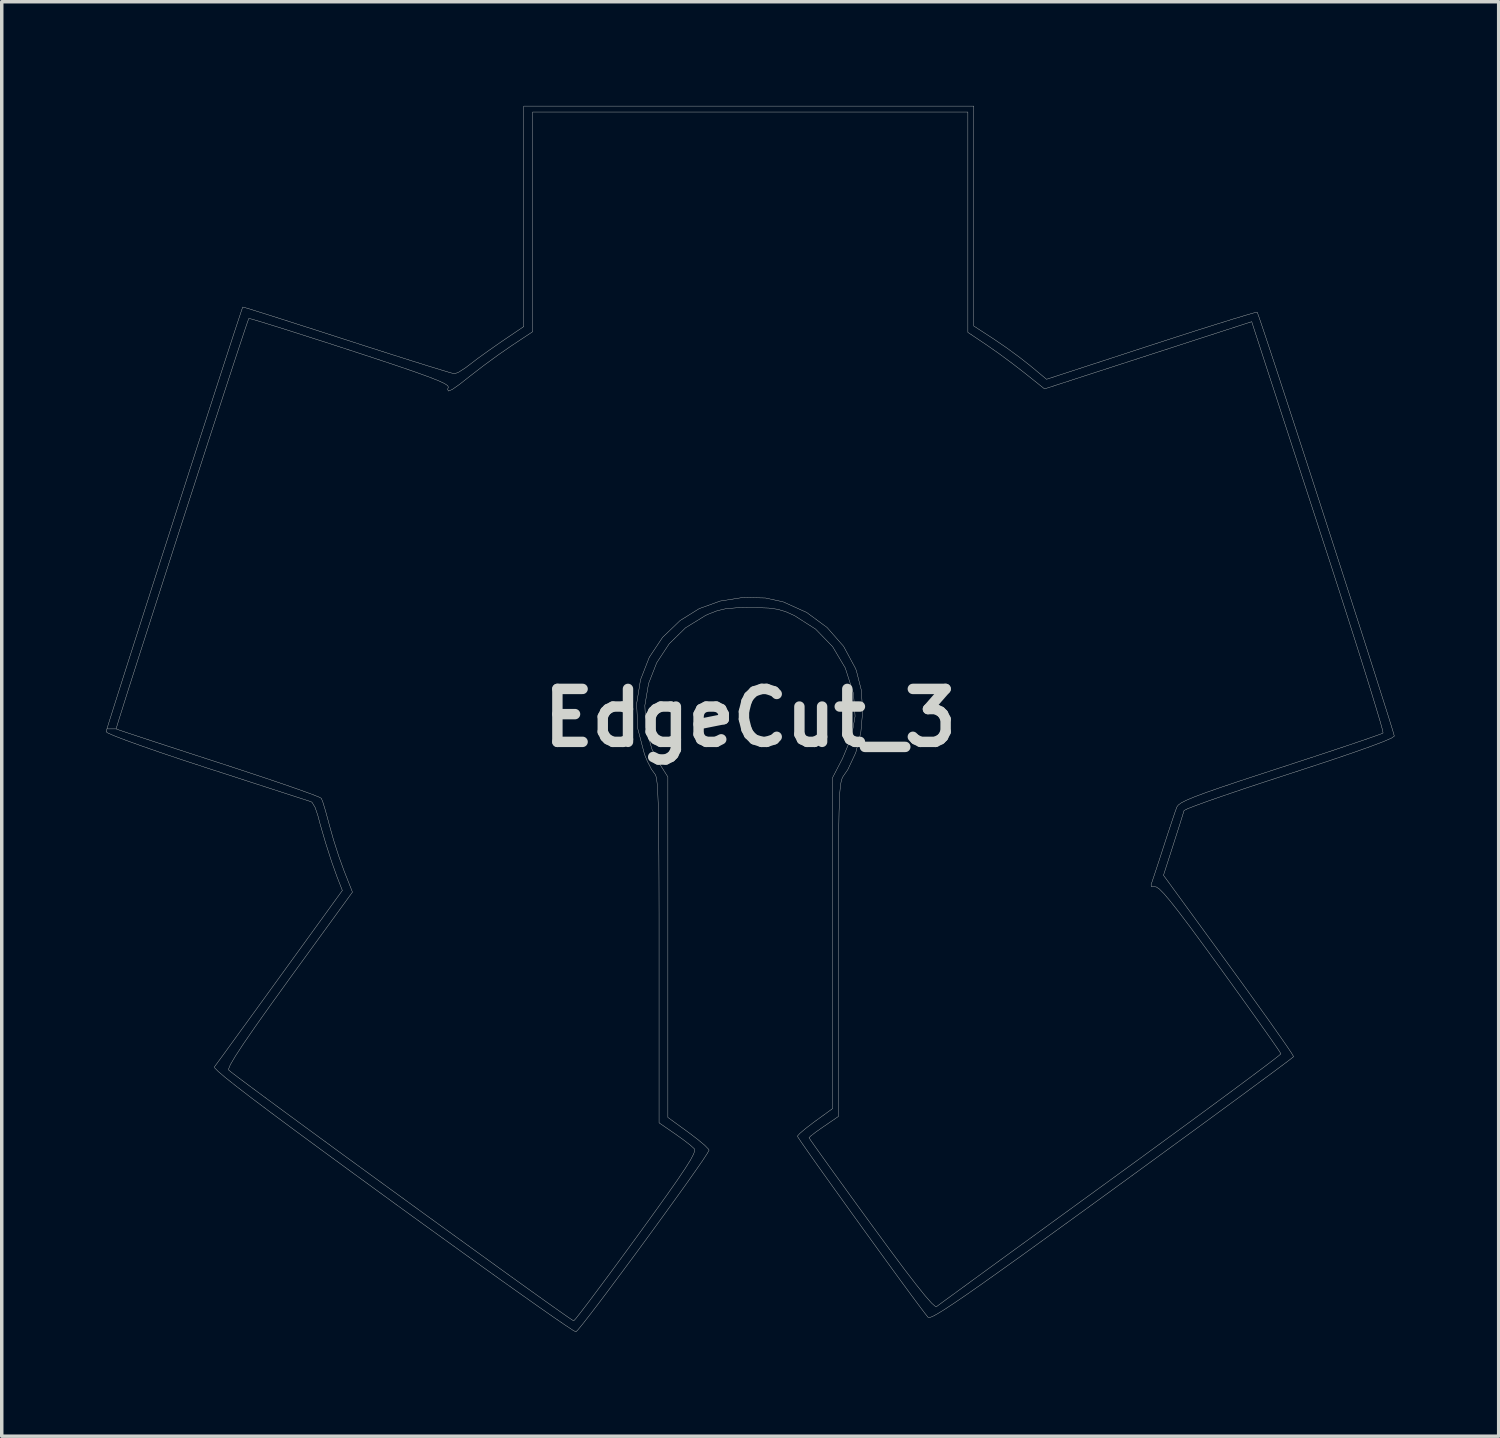
<source format=kicad_pcb>
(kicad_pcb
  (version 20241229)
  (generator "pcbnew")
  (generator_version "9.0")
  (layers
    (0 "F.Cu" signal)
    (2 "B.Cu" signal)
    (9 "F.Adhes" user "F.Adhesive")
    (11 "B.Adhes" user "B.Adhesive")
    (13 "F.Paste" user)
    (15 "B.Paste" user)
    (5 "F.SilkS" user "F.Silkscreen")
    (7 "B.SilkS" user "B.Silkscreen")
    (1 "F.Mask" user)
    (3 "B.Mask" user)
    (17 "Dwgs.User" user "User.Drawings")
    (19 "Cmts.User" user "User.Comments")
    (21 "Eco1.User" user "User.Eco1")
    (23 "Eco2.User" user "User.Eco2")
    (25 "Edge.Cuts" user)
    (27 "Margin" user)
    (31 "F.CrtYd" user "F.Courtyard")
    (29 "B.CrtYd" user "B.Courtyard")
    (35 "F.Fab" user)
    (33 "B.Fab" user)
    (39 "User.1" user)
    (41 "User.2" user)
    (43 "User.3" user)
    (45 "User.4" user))
  (footprint "EdgeCut_3"
    (layer "F.Cu")
    (at 18.547 17.616)
    (property "Reference" "EdgeCut_3" (at 0 0 0) (layer "Edge.Cuts") (effects (font (size 1.524 1.524) (thickness 0.3))))
    (attr through_hole)
    (fp_poly (pts (xy 6.435 -11.281) (xy 7.004 -10.911) (xy 7.364 -10.665) (xy 7.748 -10.384) (xy 8.052 -10.145) (xy 8.53 -9.748) (xy 11.545 -10.732) (xy 12.225 -10.952) (xy 12.853 -11.154) (xy 13.412 -11.33) (xy 13.882 -11.477) (xy 14.248 -11.587) (xy 14.49 -11.657) (xy 14.591 -11.679) (xy 14.593 -11.678) (xy 14.627 -11.591) (xy 14.707 -11.358) (xy 14.829 -10.993) (xy 14.988 -10.514) (xy 15.179 -9.934) (xy 15.396 -9.269) (xy 15.636 -8.534) (xy 15.893 -7.745) (xy 16.162 -6.917) (xy 16.438 -6.065) (xy 16.716 -5.204) (xy 16.992 -4.35) (xy 17.26 -3.518) (xy 17.516 -2.723) (xy 17.754 -1.98) (xy 17.97 -1.305) (xy 18.158 -0.713) (xy 18.315 -0.218) (xy 18.434 0.162) (xy 18.51 0.414) (xy 18.54 0.522) (xy 18.54 0.524) (xy 18.46 0.581) (xy 18.223 0.684) (xy 17.835 0.83) (xy 17.304 1.018) (xy 16.635 1.245) (xy 15.834 1.508) (xy 15.524 1.609) (xy 14.843 1.831) (xy 14.215 2.039) (xy 13.658 2.228) (xy 13.188 2.391) (xy 12.825 2.523) (xy 12.586 2.616) (xy 12.489 2.665) (xy 12.488 2.667) (xy 12.454 2.778) (xy 12.381 3.014) (xy 12.278 3.337) (xy 12.181 3.641) (xy 11.896 4.53) (xy 13.778 7.112) (xy 14.2 7.693) (xy 14.588 8.232) (xy 14.932 8.712) (xy 15.219 9.12) (xy 15.441 9.438) (xy 15.585 9.653) (xy 15.64 9.748) (xy 15.641 9.751) (xy 15.571 9.809) (xy 15.374 9.958) (xy 15.062 10.191) (xy 14.644 10.5) (xy 14.132 10.878) (xy 13.535 11.316) (xy 12.865 11.807) (xy 12.132 12.342) (xy 11.347 12.915) (xy 10.52 13.517) (xy 10.423 13.588) (xy 9.427 14.311) (xy 8.559 14.939) (xy 7.812 15.479) (xy 7.175 15.934) (xy 6.643 16.312) (xy 6.205 16.618) (xy 5.854 16.857) (xy 5.583 17.035) (xy 5.381 17.159) (xy 5.243 17.233) (xy 5.158 17.263) (xy 5.12 17.256) (xy 5.035 17.149) (xy 4.868 16.928) (xy 4.633 16.612) (xy 4.344 16.218) (xy 4.014 15.765) (xy 3.656 15.272) (xy 3.283 14.757) (xy 2.909 14.238) (xy 2.547 13.733) (xy 2.209 13.262) (xy 1.91 12.842) (xy 1.663 12.492) (xy 1.481 12.23) (xy 1.377 12.075) (xy 1.357 12.04) (xy 1.422 11.965) (xy 1.591 11.822) (xy 1.829 11.639) (xy 1.865 11.613) (xy 2.371 11.246) (xy 2.371 1.717) (xy 2.657 1.167) (xy 2.914 0.549) (xy 3.018 -0.047) (xy 2.976 -0.657) (xy 2.961 -0.735) (xy 2.735 -1.439) (xy 2.371 -2.051) (xy 1.88 -2.557) (xy 1.271 -2.946) (xy 1.021 -3.058) (xy 0.793 -3.126) (xy 0.529 -3.162) (xy 0.174 -3.174) (xy 0 -3.175) (xy -0.41 -3.168) (xy -0.709 -3.142) (xy -0.954 -3.084) (xy -1.204 -2.987) (xy -1.289 -2.948) (xy -1.864 -2.593) (xy -2.335 -2.131) (xy -2.692 -1.588) (xy -2.927 -0.988) (xy -3.034 -0.357) (xy -3.005 0.281) (xy -2.83 0.9) (xy -2.617 1.31) (xy -2.371 1.699) (xy -2.371 11.501) (xy -1.778 11.932) (xy -1.511 12.135) (xy -1.306 12.307) (xy -1.196 12.42) (xy -1.185 12.443) (xy -1.234 12.533) (xy -1.37 12.741) (xy -1.581 13.046) (xy -1.853 13.431) (xy -2.173 13.877) (xy -2.527 14.367) (xy -2.901 14.881) (xy -3.282 15.401) (xy -3.658 15.909) (xy -4.013 16.386) (xy -4.335 16.815) (xy -4.611 17.176) (xy -4.826 17.452) (xy -4.967 17.623) (xy -5.019 17.673) (xy -5.103 17.628) (xy -5.312 17.49) (xy -5.637 17.268) (xy -6.065 16.969) (xy -6.588 16.6) (xy -7.193 16.17) (xy -7.87 15.685) (xy -8.608 15.154) (xy -9.397 14.585) (xy -10.226 13.984) (xy -10.313 13.92) (xy -11.381 13.142) (xy -12.314 12.459) (xy -13.117 11.868) (xy -13.794 11.365) (xy -14.348 10.948) (xy -14.783 10.613) (xy -15.103 10.359) (xy -15.312 10.181) (xy -15.415 10.077) (xy -15.426 10.047) (xy -15.36 9.958) (xy -15.206 9.748) (xy -14.977 9.432) (xy -14.683 9.027) (xy -14.336 8.55) (xy -13.949 8.016) (xy -13.545 7.458) (xy -11.742 4.968) (xy -11.893 4.58) (xy -12.05 4.141) (xy -12.219 3.615) (xy -12.375 3.082) (xy -12.447 2.811) (xy -12.524 2.582) (xy -12.61 2.436) (xy -12.641 2.413) (xy -12.742 2.38) (xy -12.986 2.301) (xy -13.353 2.182) (xy -13.825 2.029) (xy -14.383 1.848) (xy -15.007 1.645) (xy -15.642 1.44) (xy -16.355 1.206) (xy -16.994 0.991) (xy -17.542 0.8) (xy -17.986 0.64) (xy -18.31 0.515) (xy -18.499 0.431) (xy -18.542 0.398) (xy -18.519 0.317) (xy -18.253 0.317) (xy -18.17 0.348) (xy -17.943 0.425) (xy -17.592 0.541) (xy -17.134 0.692) (xy -16.587 0.871) (xy -15.97 1.072) (xy -15.316 1.284) (xy -14.646 1.503) (xy -14.027 1.708) (xy -13.477 1.894) (xy -13.016 2.054) (xy -12.662 2.182) (xy -12.432 2.271) (xy -12.347 2.314) (xy -12.3 2.433) (xy -12.228 2.671) (xy -12.142 2.984) (xy -12.116 3.085) (xy -11.994 3.517) (xy -11.842 3.99) (xy -11.697 4.391) (xy -11.451 5.015) (xy -13.271 7.52) (xy -13.809 8.267) (xy -14.246 8.883) (xy -14.583 9.373) (xy -14.823 9.739) (xy -14.968 9.985) (xy -15.02 10.115) (xy -15.017 10.133) (xy -14.939 10.199) (xy -14.737 10.353) (xy -14.426 10.586) (xy -14.017 10.889) (xy -13.525 11.252) (xy -12.963 11.665) (xy -12.343 12.119) (xy -11.68 12.604) (xy -10.986 13.11) (xy -10.274 13.628) (xy -9.559 14.148) (xy -8.852 14.661) (xy -8.168 15.156) (xy -7.519 15.625) (xy -6.92 16.058) (xy -6.382 16.444) (xy -5.919 16.775) (xy -5.545 17.04) (xy -5.273 17.231) (xy -5.116 17.337) (xy -5.082 17.357) (xy -5.021 17.291) (xy -4.873 17.103) (xy -4.648 16.809) (xy -4.36 16.424) (xy -4.018 15.964) (xy -3.636 15.444) (xy -3.268 14.94) (xy -2.785 14.273) (xy -2.396 13.73) (xy -2.094 13.299) (xy -1.871 12.967) (xy -1.718 12.723) (xy -1.63 12.555) (xy -1.596 12.452) (xy -1.606 12.407) (xy -1.723 12.301) (xy -1.933 12.138) (xy -2.163 11.974) (xy -2.625 11.656) (xy -2.625 6.685) (xy -2.625 5.625) (xy -2.627 4.723) (xy -2.63 3.965) (xy -2.635 3.339) (xy -2.642 2.833) (xy -2.651 2.434) (xy -2.663 2.13) (xy -2.678 1.909) (xy -2.696 1.758) (xy -2.718 1.664) (xy -2.743 1.616) (xy -2.748 1.611) (xy -2.845 1.478) (xy -2.964 1.244) (xy -3.044 1.049) (xy -3.235 0.32) (xy -3.271 -0.402) (xy -3.159 -1.097) (xy -2.907 -1.743) (xy -2.523 -2.32) (xy -2.015 -2.806) (xy -1.468 -3.146) (xy -0.868 -3.363) (xy -0.215 -3.466) (xy 0.435 -3.452) (xy 0.943 -3.342) (xy 1.624 -3.036) (xy 2.213 -2.602) (xy 2.688 -2.059) (xy 3.03 -1.425) (xy 3.054 -1.364) (xy 3.196 -0.806) (xy 3.237 -0.196) (xy 3.183 0.422) (xy 3.038 0.999) (xy 2.809 1.488) (xy 2.706 1.636) (xy 2.671 1.686) (xy 2.641 1.749) (xy 2.616 1.837) (xy 2.595 1.964) (xy 2.579 2.144) (xy 2.566 2.391) (xy 2.556 2.718) (xy 2.549 3.138) (xy 2.545 3.665) (xy 2.542 4.312) (xy 2.54 5.094) (xy 2.54 6.023) (xy 2.54 6.66) (xy 2.54 11.472) (xy 2.117 11.761) (xy 1.893 11.918) (xy 1.74 12.037) (xy 1.693 12.085) (xy 1.741 12.16) (xy 1.878 12.355) (xy 2.093 12.656) (xy 2.373 13.047) (xy 2.709 13.512) (xy 3.089 14.037) (xy 3.479 14.573) (xy 4.002 15.287) (xy 4.433 15.866) (xy 4.778 16.315) (xy 5.04 16.641) (xy 5.223 16.848) (xy 5.331 16.943) (xy 5.363 16.947) (xy 5.446 16.885) (xy 5.655 16.732) (xy 5.979 16.496) (xy 6.406 16.184) (xy 6.926 15.805) (xy 7.527 15.367) (xy 8.199 14.879) (xy 8.93 14.347) (xy 9.708 13.781) (xy 10.372 13.298) (xy 11.179 12.711) (xy 11.944 12.152) (xy 12.657 11.63) (xy 13.307 11.152) (xy 13.883 10.727) (xy 14.374 10.362) (xy 14.77 10.066) (xy 15.059 9.846) (xy 15.231 9.711) (xy 15.276 9.669) (xy 15.227 9.589) (xy 15.09 9.388) (xy 14.875 9.082) (xy 14.595 8.687) (xy 14.261 8.219) (xy 13.885 7.695) (xy 13.541 7.219) (xy 13.056 6.552) (xy 12.659 6.013) (xy 12.341 5.592) (xy 12.094 5.278) (xy 11.909 5.059) (xy 11.777 4.926) (xy 11.69 4.867) (xy 11.656 4.863) (xy 11.543 4.853) (xy 11.539 4.799) (xy 11.579 4.683) (xy 11.659 4.441) (xy 11.768 4.109) (xy 11.893 3.725) (xy 12.022 3.328) (xy 12.139 2.975) (xy 12.23 2.706) (xy 12.281 2.565) (xy 12.322 2.508) (xy 12.41 2.444) (xy 12.562 2.367) (xy 12.792 2.271) (xy 13.115 2.15) (xy 13.546 2) (xy 14.1 1.813) (xy 14.793 1.586) (xy 15.258 1.434) (xy 15.926 1.215) (xy 16.544 1.012) (xy 17.092 0.829) (xy 17.552 0.674) (xy 17.905 0.552) (xy 18.133 0.471) (xy 18.217 0.435) (xy 18.201 0.348) (xy 18.136 0.112) (xy 18.026 -0.257) (xy 17.876 -0.748) (xy 17.69 -1.347) (xy 17.471 -2.041) (xy 17.224 -2.817) (xy 16.953 -3.662) (xy 16.663 -4.561) (xy 16.48 -5.122) (xy 16.175 -6.06) (xy 15.882 -6.959) (xy 15.607 -7.805) (xy 15.353 -8.583) (xy 15.127 -9.279) (xy 14.931 -9.879) (xy 14.772 -10.368) (xy 14.654 -10.732) (xy 14.581 -10.958) (xy 14.562 -11.016) (xy 14.436 -11.406) (xy 8.472 -9.471) (xy 7.898 -9.93) (xy 7.546 -10.202) (xy 7.159 -10.488) (xy 6.817 -10.728) (xy 6.795 -10.743) (xy 6.265 -11.098) (xy 6.265 -17.441) (xy -6.265 -17.441) (xy -6.265 -11.116) (xy -6.879 -10.709) (xy -7.26 -10.445) (xy -7.677 -10.14) (xy -8.042 -9.858) (xy -8.053 -9.85) (xy -8.372 -9.599) (xy -8.579 -9.454) (xy -8.687 -9.409) (xy -8.711 -9.456) (xy -8.691 -9.522) (xy -8.71 -9.566) (xy -8.805 -9.628) (xy -8.988 -9.712) (xy -9.272 -9.823) (xy -9.668 -9.966) (xy -10.191 -10.145) (xy -10.853 -10.365) (xy -11.527 -10.586) (xy -12.191 -10.802) (xy -12.803 -10.998) (xy -13.343 -11.171) (xy -13.795 -11.312) (xy -14.139 -11.418) (xy -14.358 -11.482) (xy -14.434 -11.499) (xy -14.466 -11.414) (xy -14.544 -11.183) (xy -14.664 -10.822) (xy -14.821 -10.347) (xy -15.009 -9.773) (xy -15.223 -9.115) (xy -15.46 -8.389) (xy -15.713 -7.611) (xy -15.977 -6.795) (xy -16.249 -5.957) (xy -16.522 -5.112) (xy -16.791 -4.276) (xy -17.053 -3.464) (xy -17.301 -2.691) (xy -17.532 -1.974) (xy -17.739 -1.326) (xy -17.918 -0.765) (xy -18.063 -0.304) (xy -18.171 0.04) (xy -18.236 0.252) (xy -18.253 0.317) (xy -18.519 0.317) (xy -18.517 0.31) (xy -18.444 0.075) (xy -18.329 -0.289) (xy -18.177 -0.77) (xy -17.992 -1.35) (xy -17.78 -2.015) (xy -17.545 -2.75) (xy -17.292 -3.54) (xy -17.026 -4.369) (xy -16.752 -5.221) (xy -16.475 -6.082) (xy -16.199 -6.937) (xy -15.931 -7.771) (xy -15.673 -8.567) (xy -15.433 -9.311) (xy -15.214 -9.987) (xy -15.021 -10.581) (xy -14.859 -11.077) (xy -14.733 -11.46) (xy -14.649 -11.714) (xy -14.61 -11.825) (xy -14.609 -11.827) (xy -14.529 -11.806) (xy -14.306 -11.738) (xy -13.958 -11.629) (xy -13.502 -11.484) (xy -12.956 -11.309) (xy -12.337 -11.111) (xy -11.664 -10.893) (xy -11.607 -10.875) (xy -10.925 -10.655) (xy -10.293 -10.453) (xy -9.728 -10.274) (xy -9.248 -10.124) (xy -8.873 -10.009) (xy -8.622 -9.934) (xy -8.511 -9.906) (xy -8.509 -9.906) (xy -8.387 -9.956) (xy -8.192 -10.082) (xy -8.076 -10.17) (xy -7.847 -10.345) (xy -7.535 -10.57) (xy -7.202 -10.803) (xy -7.133 -10.85) (xy -6.519 -11.266) (xy -6.519 -17.611) (xy 6.435 -17.611) (xy 6.435 -11.281)) (stroke (width 0.01) (type solid)) (fill no) (layer "Edge.Cuts")))
  (gr_rect
    (start -3 -3)
    (end 40.092 38.294)
    (stroke (width 0.1) (type default))
    (fill no)
    (layer "Edge.Cuts")))
</source>
